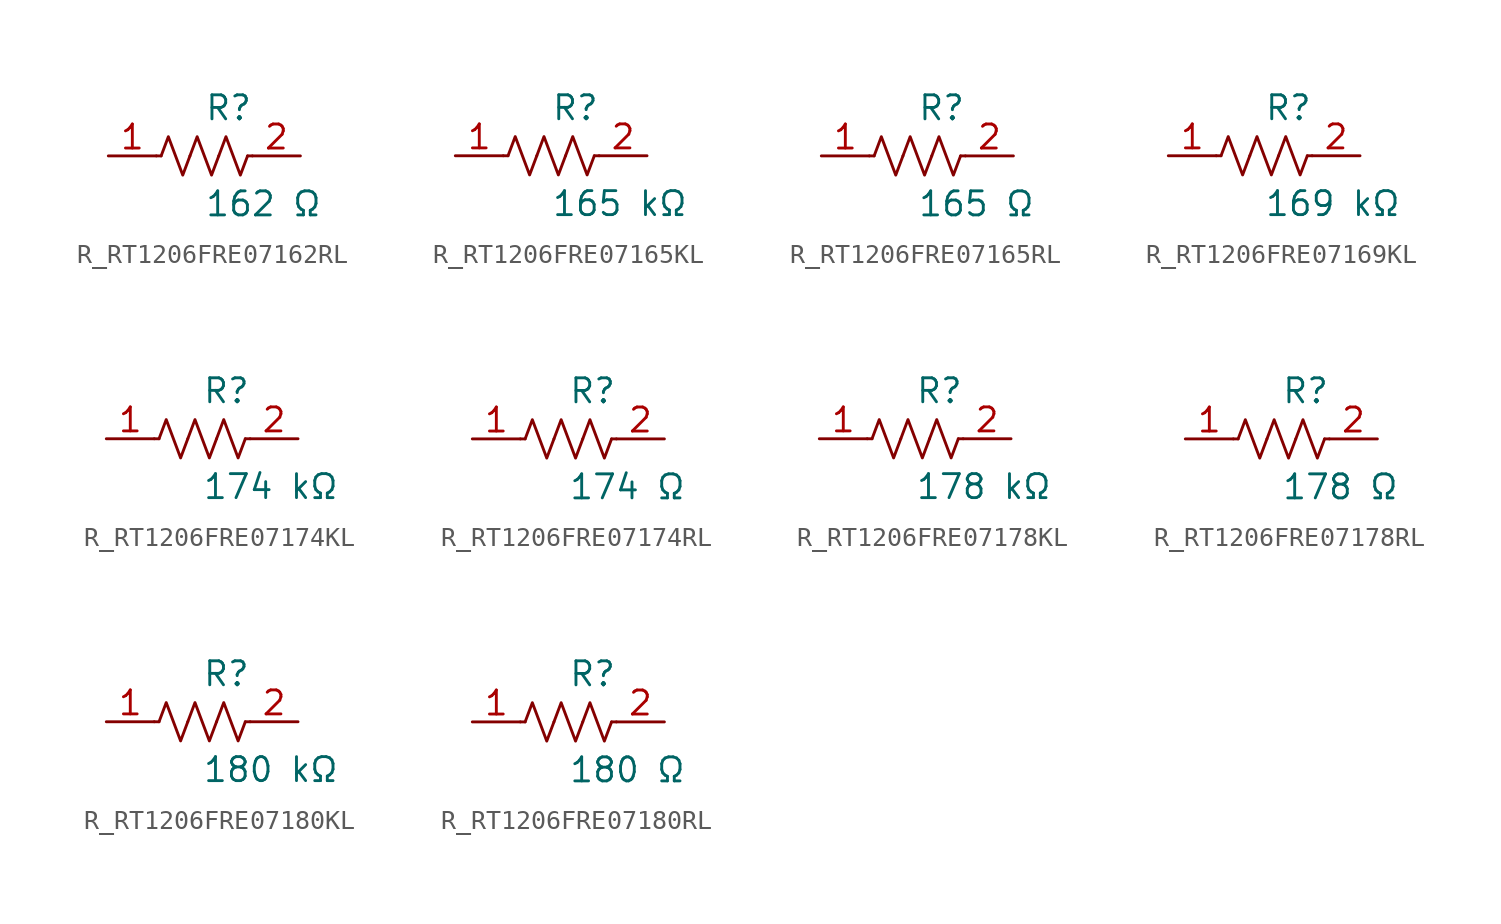
<source format=kicad_sym>
(kicad_symbol_lib
  (version 20231120)
  (generator kicad_symbol_editor)
  (generator_version 8.0)
  (symbol "R_RT1206FRE07162RL"
    (pin_names
      (offset 0.254))
    (property "Reference" "R"
      (at 0 2.54 0)
      (effects (font (size 1.27 1.27)) (justify left)))
    (property "Value" "162 Ω"
      (at 0 -2.54 0)
      (effects (font (size 1.27 1.27)) (justify left)))
    (symbol "R_RT1206FRE07162RL_0_1"
      (polyline (pts (xy 2.286 0) (xy 2.54 0)) (stroke (width 0) (type default)) (fill (type none)))
      (polyline (pts (xy -2.286 0) (xy -2.54 0)) (stroke (width 0) (type default)) (fill (type none)))
      (polyline (pts (xy 0.762 0) (xy 1.143 1.016) (xy 1.524 0) (xy 1.905 -1.016) (xy 2.286 0)) (stroke (width 0) (type default)) (fill (type none)))
      (polyline (pts (xy -0.762 0) (xy -0.381 1.016) (xy 0 0) (xy 0.381 -1.016) (xy 0.762 0)) (stroke (width 0) (type default)) (fill (type none)))
      (polyline (pts (xy -2.286 0) (xy -1.905 1.016) (xy -1.524 0) (xy -1.143 -1.016) (xy -0.762 0)) (stroke (width 0) (type default)) (fill (type none))))
    (pin unspecified line
      (at -5.08 0 0)
      (length 2.54)
      (name "" (effects (font (size 1.27 1.27))))
      (number "1" (effects (font (size 1.27 1.27)))))
    (pin unspecified line
      (at 5.08 0 180)
      (length 2.54)
      (name "" (effects (font (size 1.27 1.27))))
      (number "2" (effects (font (size 1.27 1.27))))))
  (symbol "R_RT1206FRE07165KL"
    (pin_names
      (offset 0.254))
    (property "Reference" "R"
      (at 0 2.54 0)
      (effects (font (size 1.27 1.27)) (justify left)))
    (property "Value" "165 kΩ"
      (at 0 -2.54 0)
      (effects (font (size 1.27 1.27)) (justify left)))
    (symbol "R_RT1206FRE07165KL_0_1"
      (polyline (pts (xy 2.286 0) (xy 2.54 0)) (stroke (width 0) (type default)) (fill (type none)))
      (polyline (pts (xy -2.286 0) (xy -2.54 0)) (stroke (width 0) (type default)) (fill (type none)))
      (polyline (pts (xy 0.762 0) (xy 1.143 1.016) (xy 1.524 0) (xy 1.905 -1.016) (xy 2.286 0)) (stroke (width 0) (type default)) (fill (type none)))
      (polyline (pts (xy -0.762 0) (xy -0.381 1.016) (xy 0 0) (xy 0.381 -1.016) (xy 0.762 0)) (stroke (width 0) (type default)) (fill (type none)))
      (polyline (pts (xy -2.286 0) (xy -1.905 1.016) (xy -1.524 0) (xy -1.143 -1.016) (xy -0.762 0)) (stroke (width 0) (type default)) (fill (type none))))
    (pin unspecified line
      (at -5.08 0 0)
      (length 2.54)
      (name "" (effects (font (size 1.27 1.27))))
      (number "1" (effects (font (size 1.27 1.27)))))
    (pin unspecified line
      (at 5.08 0 180)
      (length 2.54)
      (name "" (effects (font (size 1.27 1.27))))
      (number "2" (effects (font (size 1.27 1.27))))))
  (symbol "R_RT1206FRE07165RL"
    (pin_names
      (offset 0.254))
    (property "Reference" "R"
      (at 0 2.54 0)
      (effects (font (size 1.27 1.27)) (justify left)))
    (property "Value" "165 Ω"
      (at 0 -2.54 0)
      (effects (font (size 1.27 1.27)) (justify left)))
    (symbol "R_RT1206FRE07165RL_0_1"
      (polyline (pts (xy 2.286 0) (xy 2.54 0)) (stroke (width 0) (type default)) (fill (type none)))
      (polyline (pts (xy -2.286 0) (xy -2.54 0)) (stroke (width 0) (type default)) (fill (type none)))
      (polyline (pts (xy 0.762 0) (xy 1.143 1.016) (xy 1.524 0) (xy 1.905 -1.016) (xy 2.286 0)) (stroke (width 0) (type default)) (fill (type none)))
      (polyline (pts (xy -0.762 0) (xy -0.381 1.016) (xy 0 0) (xy 0.381 -1.016) (xy 0.762 0)) (stroke (width 0) (type default)) (fill (type none)))
      (polyline (pts (xy -2.286 0) (xy -1.905 1.016) (xy -1.524 0) (xy -1.143 -1.016) (xy -0.762 0)) (stroke (width 0) (type default)) (fill (type none))))
    (pin unspecified line
      (at -5.08 0 0)
      (length 2.54)
      (name "" (effects (font (size 1.27 1.27))))
      (number "1" (effects (font (size 1.27 1.27)))))
    (pin unspecified line
      (at 5.08 0 180)
      (length 2.54)
      (name "" (effects (font (size 1.27 1.27))))
      (number "2" (effects (font (size 1.27 1.27))))))
  (symbol "R_RT1206FRE07169KL"
    (pin_names
      (offset 0.254))
    (property "Reference" "R"
      (at 0 2.54 0)
      (effects (font (size 1.27 1.27)) (justify left)))
    (property "Value" "169 kΩ"
      (at 0 -2.54 0)
      (effects (font (size 1.27 1.27)) (justify left)))
    (symbol "R_RT1206FRE07169KL_0_1"
      (polyline (pts (xy 2.286 0) (xy 2.54 0)) (stroke (width 0) (type default)) (fill (type none)))
      (polyline (pts (xy -2.286 0) (xy -2.54 0)) (stroke (width 0) (type default)) (fill (type none)))
      (polyline (pts (xy 0.762 0) (xy 1.143 1.016) (xy 1.524 0) (xy 1.905 -1.016) (xy 2.286 0)) (stroke (width 0) (type default)) (fill (type none)))
      (polyline (pts (xy -0.762 0) (xy -0.381 1.016) (xy 0 0) (xy 0.381 -1.016) (xy 0.762 0)) (stroke (width 0) (type default)) (fill (type none)))
      (polyline (pts (xy -2.286 0) (xy -1.905 1.016) (xy -1.524 0) (xy -1.143 -1.016) (xy -0.762 0)) (stroke (width 0) (type default)) (fill (type none))))
    (pin unspecified line
      (at -5.08 0 0)
      (length 2.54)
      (name "" (effects (font (size 1.27 1.27))))
      (number "1" (effects (font (size 1.27 1.27)))))
    (pin unspecified line
      (at 5.08 0 180)
      (length 2.54)
      (name "" (effects (font (size 1.27 1.27))))
      (number "2" (effects (font (size 1.27 1.27))))))
  (symbol "R_RT1206FRE07174KL"
    (pin_names
      (offset 0.254))
    (property "Reference" "R"
      (at 0 2.54 0)
      (effects (font (size 1.27 1.27)) (justify left)))
    (property "Value" "174 kΩ"
      (at 0 -2.54 0)
      (effects (font (size 1.27 1.27)) (justify left)))
    (symbol "R_RT1206FRE07174KL_0_1"
      (polyline (pts (xy 2.286 0) (xy 2.54 0)) (stroke (width 0) (type default)) (fill (type none)))
      (polyline (pts (xy -2.286 0) (xy -2.54 0)) (stroke (width 0) (type default)) (fill (type none)))
      (polyline (pts (xy 0.762 0) (xy 1.143 1.016) (xy 1.524 0) (xy 1.905 -1.016) (xy 2.286 0)) (stroke (width 0) (type default)) (fill (type none)))
      (polyline (pts (xy -0.762 0) (xy -0.381 1.016) (xy 0 0) (xy 0.381 -1.016) (xy 0.762 0)) (stroke (width 0) (type default)) (fill (type none)))
      (polyline (pts (xy -2.286 0) (xy -1.905 1.016) (xy -1.524 0) (xy -1.143 -1.016) (xy -0.762 0)) (stroke (width 0) (type default)) (fill (type none))))
    (pin unspecified line
      (at -5.08 0 0)
      (length 2.54)
      (name "" (effects (font (size 1.27 1.27))))
      (number "1" (effects (font (size 1.27 1.27)))))
    (pin unspecified line
      (at 5.08 0 180)
      (length 2.54)
      (name "" (effects (font (size 1.27 1.27))))
      (number "2" (effects (font (size 1.27 1.27))))))
  (symbol "R_RT1206FRE07174RL"
    (pin_names
      (offset 0.254))
    (property "Reference" "R"
      (at 0 2.54 0)
      (effects (font (size 1.27 1.27)) (justify left)))
    (property "Value" "174 Ω"
      (at 0 -2.54 0)
      (effects (font (size 1.27 1.27)) (justify left)))
    (symbol "R_RT1206FRE07174RL_0_1"
      (polyline (pts (xy 2.286 0) (xy 2.54 0)) (stroke (width 0) (type default)) (fill (type none)))
      (polyline (pts (xy -2.286 0) (xy -2.54 0)) (stroke (width 0) (type default)) (fill (type none)))
      (polyline (pts (xy 0.762 0) (xy 1.143 1.016) (xy 1.524 0) (xy 1.905 -1.016) (xy 2.286 0)) (stroke (width 0) (type default)) (fill (type none)))
      (polyline (pts (xy -0.762 0) (xy -0.381 1.016) (xy 0 0) (xy 0.381 -1.016) (xy 0.762 0)) (stroke (width 0) (type default)) (fill (type none)))
      (polyline (pts (xy -2.286 0) (xy -1.905 1.016) (xy -1.524 0) (xy -1.143 -1.016) (xy -0.762 0)) (stroke (width 0) (type default)) (fill (type none))))
    (pin unspecified line
      (at -5.08 0 0)
      (length 2.54)
      (name "" (effects (font (size 1.27 1.27))))
      (number "1" (effects (font (size 1.27 1.27)))))
    (pin unspecified line
      (at 5.08 0 180)
      (length 2.54)
      (name "" (effects (font (size 1.27 1.27))))
      (number "2" (effects (font (size 1.27 1.27))))))
  (symbol "R_RT1206FRE07178KL"
    (pin_names
      (offset 0.254))
    (property "Reference" "R"
      (at 0 2.54 0)
      (effects (font (size 1.27 1.27)) (justify left)))
    (property "Value" "178 kΩ"
      (at 0 -2.54 0)
      (effects (font (size 1.27 1.27)) (justify left)))
    (symbol "R_RT1206FRE07178KL_0_1"
      (polyline (pts (xy 2.286 0) (xy 2.54 0)) (stroke (width 0) (type default)) (fill (type none)))
      (polyline (pts (xy -2.286 0) (xy -2.54 0)) (stroke (width 0) (type default)) (fill (type none)))
      (polyline (pts (xy 0.762 0) (xy 1.143 1.016) (xy 1.524 0) (xy 1.905 -1.016) (xy 2.286 0)) (stroke (width 0) (type default)) (fill (type none)))
      (polyline (pts (xy -0.762 0) (xy -0.381 1.016) (xy 0 0) (xy 0.381 -1.016) (xy 0.762 0)) (stroke (width 0) (type default)) (fill (type none)))
      (polyline (pts (xy -2.286 0) (xy -1.905 1.016) (xy -1.524 0) (xy -1.143 -1.016) (xy -0.762 0)) (stroke (width 0) (type default)) (fill (type none))))
    (pin unspecified line
      (at -5.08 0 0)
      (length 2.54)
      (name "" (effects (font (size 1.27 1.27))))
      (number "1" (effects (font (size 1.27 1.27)))))
    (pin unspecified line
      (at 5.08 0 180)
      (length 2.54)
      (name "" (effects (font (size 1.27 1.27))))
      (number "2" (effects (font (size 1.27 1.27))))))
  (symbol "R_RT1206FRE07178RL"
    (pin_names
      (offset 0.254))
    (property "Reference" "R"
      (at 0 2.54 0)
      (effects (font (size 1.27 1.27)) (justify left)))
    (property "Value" "178 Ω"
      (at 0 -2.54 0)
      (effects (font (size 1.27 1.27)) (justify left)))
    (symbol "R_RT1206FRE07178RL_0_1"
      (polyline (pts (xy 2.286 0) (xy 2.54 0)) (stroke (width 0) (type default)) (fill (type none)))
      (polyline (pts (xy -2.286 0) (xy -2.54 0)) (stroke (width 0) (type default)) (fill (type none)))
      (polyline (pts (xy 0.762 0) (xy 1.143 1.016) (xy 1.524 0) (xy 1.905 -1.016) (xy 2.286 0)) (stroke (width 0) (type default)) (fill (type none)))
      (polyline (pts (xy -0.762 0) (xy -0.381 1.016) (xy 0 0) (xy 0.381 -1.016) (xy 0.762 0)) (stroke (width 0) (type default)) (fill (type none)))
      (polyline (pts (xy -2.286 0) (xy -1.905 1.016) (xy -1.524 0) (xy -1.143 -1.016) (xy -0.762 0)) (stroke (width 0) (type default)) (fill (type none))))
    (pin unspecified line
      (at -5.08 0 0)
      (length 2.54)
      (name "" (effects (font (size 1.27 1.27))))
      (number "1" (effects (font (size 1.27 1.27)))))
    (pin unspecified line
      (at 5.08 0 180)
      (length 2.54)
      (name "" (effects (font (size 1.27 1.27))))
      (number "2" (effects (font (size 1.27 1.27))))))
  (symbol "R_RT1206FRE07180KL"
    (pin_names
      (offset 0.254))
    (property "Reference" "R"
      (at 0 2.54 0)
      (effects (font (size 1.27 1.27)) (justify left)))
    (property "Value" "180 kΩ"
      (at 0 -2.54 0)
      (effects (font (size 1.27 1.27)) (justify left)))
    (symbol "R_RT1206FRE07180KL_0_1"
      (polyline (pts (xy 2.286 0) (xy 2.54 0)) (stroke (width 0) (type default)) (fill (type none)))
      (polyline (pts (xy -2.286 0) (xy -2.54 0)) (stroke (width 0) (type default)) (fill (type none)))
      (polyline (pts (xy 0.762 0) (xy 1.143 1.016) (xy 1.524 0) (xy 1.905 -1.016) (xy 2.286 0)) (stroke (width 0) (type default)) (fill (type none)))
      (polyline (pts (xy -0.762 0) (xy -0.381 1.016) (xy 0 0) (xy 0.381 -1.016) (xy 0.762 0)) (stroke (width 0) (type default)) (fill (type none)))
      (polyline (pts (xy -2.286 0) (xy -1.905 1.016) (xy -1.524 0) (xy -1.143 -1.016) (xy -0.762 0)) (stroke (width 0) (type default)) (fill (type none))))
    (pin unspecified line
      (at -5.08 0 0)
      (length 2.54)
      (name "" (effects (font (size 1.27 1.27))))
      (number "1" (effects (font (size 1.27 1.27)))))
    (pin unspecified line
      (at 5.08 0 180)
      (length 2.54)
      (name "" (effects (font (size 1.27 1.27))))
      (number "2" (effects (font (size 1.27 1.27))))))
  (symbol "R_RT1206FRE07180RL"
    (pin_names
      (offset 0.254))
    (property "Reference" "R"
      (at 0 2.54 0)
      (effects (font (size 1.27 1.27)) (justify left)))
    (property "Value" "180 Ω"
      (at 0 -2.54 0)
      (effects (font (size 1.27 1.27)) (justify left)))
    (symbol "R_RT1206FRE07180RL_0_1"
      (polyline (pts (xy 2.286 0) (xy 2.54 0)) (stroke (width 0) (type default)) (fill (type none)))
      (polyline (pts (xy -2.286 0) (xy -2.54 0)) (stroke (width 0) (type default)) (fill (type none)))
      (polyline (pts (xy 0.762 0) (xy 1.143 1.016) (xy 1.524 0) (xy 1.905 -1.016) (xy 2.286 0)) (stroke (width 0) (type default)) (fill (type none)))
      (polyline (pts (xy -0.762 0) (xy -0.381 1.016) (xy 0 0) (xy 0.381 -1.016) (xy 0.762 0)) (stroke (width 0) (type default)) (fill (type none)))
      (polyline (pts (xy -2.286 0) (xy -1.905 1.016) (xy -1.524 0) (xy -1.143 -1.016) (xy -0.762 0)) (stroke (width 0) (type default)) (fill (type none))))
    (pin unspecified line
      (at -5.08 0 0)
      (length 2.54)
      (name "" (effects (font (size 1.27 1.27))))
      (number "1" (effects (font (size 1.27 1.27)))))
    (pin unspecified line
      (at 5.08 0 180)
      (length 2.54)
      (name "" (effects (font (size 1.27 1.27))))
      (number "2" (effects (font (size 1.27 1.27)))))))
</source>
